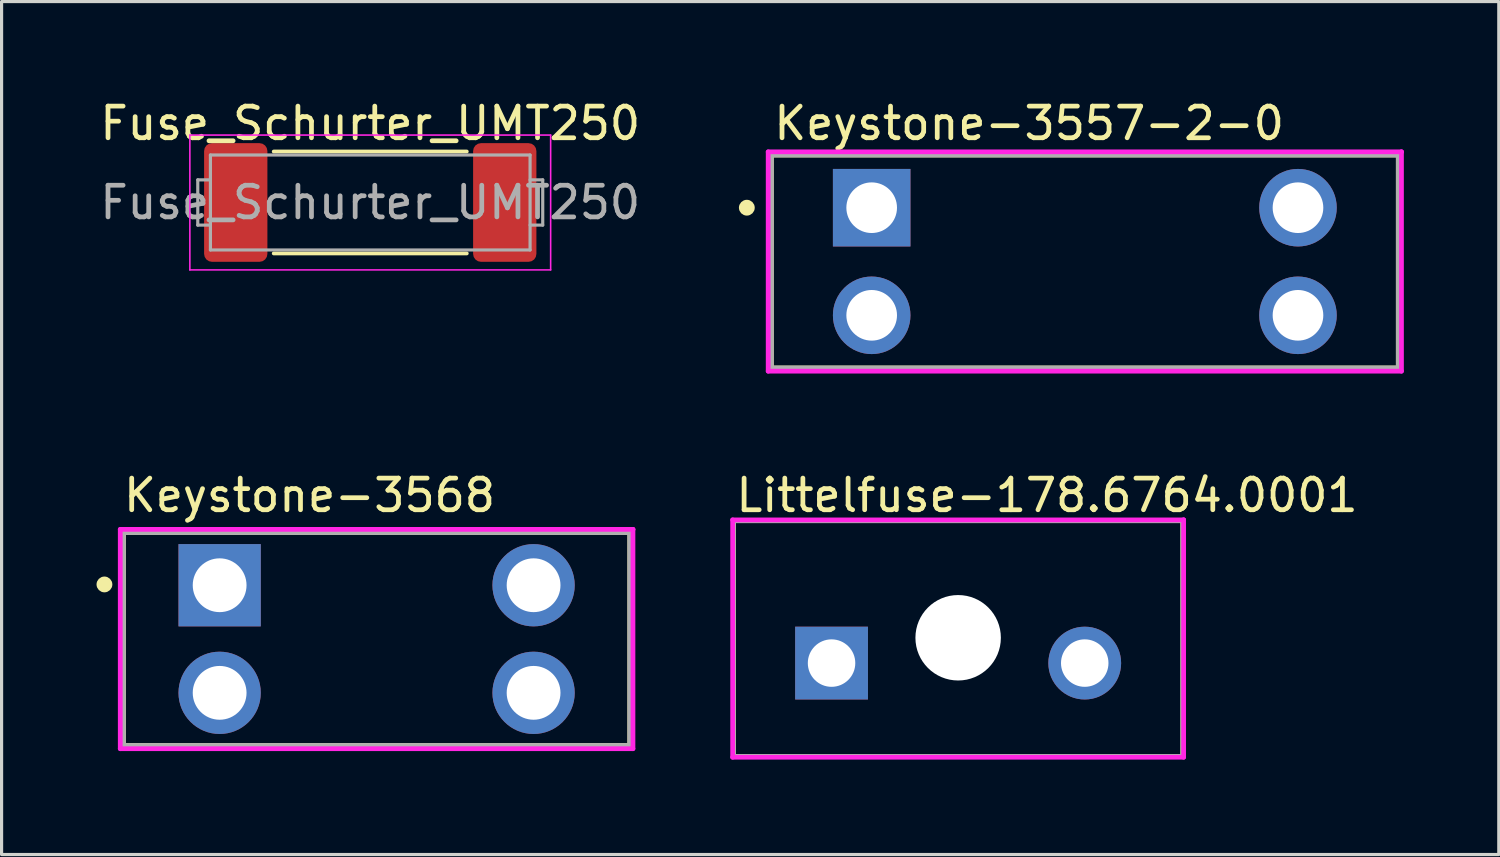
<source format=kicad_pcb>
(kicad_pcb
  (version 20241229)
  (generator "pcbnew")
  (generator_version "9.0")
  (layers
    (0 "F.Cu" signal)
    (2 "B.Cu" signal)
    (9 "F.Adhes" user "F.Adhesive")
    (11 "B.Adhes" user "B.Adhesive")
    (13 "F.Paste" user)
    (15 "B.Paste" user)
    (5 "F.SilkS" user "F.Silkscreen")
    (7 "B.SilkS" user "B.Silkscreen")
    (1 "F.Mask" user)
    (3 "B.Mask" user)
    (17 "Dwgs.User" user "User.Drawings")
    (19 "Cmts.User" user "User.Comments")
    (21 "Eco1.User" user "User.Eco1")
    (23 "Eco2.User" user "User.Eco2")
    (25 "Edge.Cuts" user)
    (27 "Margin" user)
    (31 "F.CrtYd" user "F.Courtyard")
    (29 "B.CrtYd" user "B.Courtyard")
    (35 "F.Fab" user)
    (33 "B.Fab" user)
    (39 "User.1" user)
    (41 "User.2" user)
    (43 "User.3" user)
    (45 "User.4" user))
  (footprint "Keystone-3557-2-0"
    (layer "F.Cu")
    (at 31.228 5.213)
    (property "Reference" "Keystone-3557-2-0" (at -9.905 -4.365 0) (layer "F.SilkS") (effects (font (size 1 1) (thickness 0.15)) (justify left)))
    (attr through_hole)
    (fp_line (start -9.905 -3.365) (end 9.905 -3.365) (stroke (width 0.15) (type solid)) (layer "F.SilkS"))
    (fp_line (start -9.905 3.365) (end -9.905 -3.365) (stroke (width 0.15) (type solid)) (layer "F.SilkS"))
    (fp_line (start -9.905 3.365) (end 9.905 3.365) (stroke (width 0.15) (type solid)) (layer "F.SilkS"))
    (fp_line (start 9.905 3.365) (end 9.905 -3.365) (stroke (width 0.15) (type solid)) (layer "F.SilkS"))
    (fp_circle (center -10.68 -1.7) (end -10.555 -1.7) (stroke (width 0.25) (type solid)) (fill no) (layer "F.SilkS"))
    (fp_line (start -10.005 -3.465) (end -10.005 3.465) (stroke (width 0.15) (type solid)) (layer "F.CrtYd"))
    (fp_line (start -10.005 3.465) (end 10.005 3.465) (stroke (width 0.15) (type solid)) (layer "F.CrtYd"))
    (fp_line (start 10.005 -3.465) (end -10.005 -3.465) (stroke (width 0.15) (type solid)) (layer "F.CrtYd"))
    (fp_line (start 10.005 -3.465) (end 10.005 -3.465) (stroke (width 0.15) (type solid)) (layer "F.CrtYd"))
    (fp_line (start 10.005 3.465) (end 10.005 -3.465) (stroke (width 0.15) (type solid)) (layer "F.CrtYd"))
    (fp_line (start -9.905 -3.365) (end 9.905 -3.365) (stroke (width 0.15) (type solid)) (layer "F.Fab"))
    (fp_line (start -9.905 3.365) (end -9.905 -3.365) (stroke (width 0.15) (type solid)) (layer "F.Fab"))
    (fp_line (start 9.905 -3.365) (end 9.905 3.365) (stroke (width 0.15) (type solid)) (layer "F.Fab"))
    (fp_line (start 9.905 3.365) (end -9.905 3.365) (stroke (width 0.15) (type solid)) (layer "F.Fab"))
    (pad "1" thru_hole rect (at -6.735 -1.7) (size 2.45 2.45) (drill 1.6) (layers "*.Cu" "*.Mask"))
    (pad "1" thru_hole circle (at -6.735 1.7) (size 2.45 2.45) (drill 1.6) (layers "*.Cu" "*.Mask"))
    (pad "2" thru_hole circle (at 6.735 -1.7) (size 2.45 2.45) (drill 1.6) (layers "*.Cu" "*.Mask"))
    (pad "2" thru_hole circle (at 6.735 1.7) (size 2.45 2.45) (drill 1.6) (layers "*.Cu" "*.Mask")))
  (footprint "Fuse_Schurter_UMT250"
    (layer "F.Cu")
    (at 8.649 3.348)
    (property "Reference" "Fuse_Schurter_UMT250" (at 0 -2.5 0) (layer "F.SilkS") (effects (font (size 1 1) (thickness 0.15))))
    (attr smd)
    (fp_line (start -3.05 -1.61) (end 3.05 -1.61) (stroke (width 0.12) (type solid)) (layer "F.SilkS"))
    (fp_line (start -3.05 1.61) (end 3.05 1.61) (stroke (width 0.12) (type solid)) (layer "F.SilkS"))
    (fp_line (start -5.7 -2.13) (end 5.7 -2.13) (stroke (width 0.05) (type solid)) (layer "F.CrtYd"))
    (fp_line (start -5.7 2.13) (end -5.7 -2.13) (stroke (width 0.05) (type solid)) (layer "F.CrtYd"))
    (fp_line (start 5.7 -2.13) (end 5.7 2.13) (stroke (width 0.05) (type solid)) (layer "F.CrtYd"))
    (fp_line (start 5.7 2.13) (end -5.7 2.13) (stroke (width 0.05) (type solid)) (layer "F.CrtYd"))
    (fp_line (start -5.45 0.715) (end -5.45 -0.715) (stroke (width 0.1) (type solid)) (layer "F.Fab"))
    (fp_line (start -5.05 -1.5) (end 5.05 -1.5) (stroke (width 0.1) (type solid)) (layer "F.Fab"))
    (fp_line (start -5.05 -0.715) (end -5.45 -0.715) (stroke (width 0.1) (type solid)) (layer "F.Fab"))
    (fp_line (start -5.05 0.715) (end -5.45 0.715) (stroke (width 0.1) (type solid)) (layer "F.Fab"))
    (fp_line (start -5.05 1.5) (end -5.05 -1.5) (stroke (width 0.1) (type solid)) (layer "F.Fab"))
    (fp_line (start 5.05 -1.5) (end 5.05 1.5) (stroke (width 0.1) (type solid)) (layer "F.Fab"))
    (fp_line (start 5.05 -0.715) (end 5.45 -0.715) (stroke (width 0.1) (type solid)) (layer "F.Fab"))
    (fp_line (start 5.05 0.715) (end 5.45 0.715) (stroke (width 0.1) (type solid)) (layer "F.Fab"))
    (fp_line (start 5.05 1.5) (end -5.05 1.5) (stroke (width 0.1) (type solid)) (layer "F.Fab"))
    (fp_line (start 5.45 -0.715) (end 5.45 0.715) (stroke (width 0.1) (type solid)) (layer "F.Fab"))
    (fp_text user "${REFERENCE}" (at 0 0 0) (layer "F.Fab") (effects (font (size 1 1) (thickness 0.15))))
    (pad "1" smd roundrect (at -4.25 0) (size 2 3.75) (layers "F.Cu" "F.Mask" "F.Paste") (roundrect_rratio 0.125))
    (pad "2" smd roundrect (at 4.25 0) (size 2 3.75) (layers "F.Cu" "F.Mask" "F.Paste") (roundrect_rratio 0.125)))
  (footprint "Littelfuse-178.6764.0001"
    (layer "F.Cu")
    (at 27.225 17.102)
    (property "Reference" "Littelfuse-178.6764.0001" (at -7.1 -4.5 0) (layer "F.SilkS") (effects (font (size 1 1) (thickness 0.15)) (justify left)))
    (attr through_hole)
    (fp_line (start -7.1 -3.7) (end 7.1 -3.7) (stroke (width 0.15) (type solid)) (layer "F.SilkS"))
    (fp_line (start -7.1 3.75) (end -7.1 -3.7) (stroke (width 0.15) (type solid)) (layer "F.SilkS"))
    (fp_line (start -7.1 3.75) (end 7.1 3.75) (stroke (width 0.15) (type solid)) (layer "F.SilkS"))
    (fp_line (start 7.1 3.75) (end 7.1 -3.7) (stroke (width 0.15) (type solid)) (layer "F.SilkS"))
    (fp_line (start -7.125 -3.725) (end -7.125 3.775) (stroke (width 0.15) (type solid)) (layer "F.CrtYd"))
    (fp_line (start -7.125 3.775) (end 7.125 3.775) (stroke (width 0.15) (type solid)) (layer "F.CrtYd"))
    (fp_line (start 7.125 -3.725) (end -7.125 -3.725) (stroke (width 0.15) (type solid)) (layer "F.CrtYd"))
    (fp_line (start 7.125 -3.725) (end 7.125 -3.725) (stroke (width 0.15) (type solid)) (layer "F.CrtYd"))
    (fp_line (start 7.125 3.775) (end 7.125 -3.725) (stroke (width 0.15) (type solid)) (layer "F.CrtYd"))
    (fp_line (start -7.1 -3.7) (end 7.1 -3.7) (stroke (width 0.15) (type solid)) (layer "F.Fab"))
    (fp_line (start -7.1 3.75) (end -7.1 -3.7) (stroke (width 0.15) (type solid)) (layer "F.Fab"))
    (fp_line (start 7.1 -3.7) (end 7.1 3.75) (stroke (width 0.15) (type solid)) (layer "F.Fab"))
    (fp_line (start 7.1 3.75) (end -7.1 3.75) (stroke (width 0.15) (type solid)) (layer "F.Fab"))
    (pad "" np_thru_hole circle (at 0 0) (size 2.7 2.7) (drill 2.7) (layers "*.Cu" "*.Mask"))
    (pad "1" thru_hole rect (at -4 0.8) (size 2.3 2.3) (drill 1.5) (layers "*.Cu" "*.Mask"))
    (pad "2" thru_hole circle (at 4 0.8) (size 2.3 2.3) (drill 1.5) (layers "*.Cu" "*.Mask")))
  (footprint "Keystone-3568"
    (layer "F.Cu")
    (at 8.85 17.142)
    (property "Reference" "Keystone-3568" (at -8.075 -4.54 0) (layer "F.SilkS") (effects (font (size 1 1) (thickness 0.15)) (justify left)))
    (attr through_hole)
    (fp_line (start -8 -3.365) (end 8 -3.365) (stroke (width 0.15) (type solid)) (layer "F.SilkS"))
    (fp_line (start -8 3.365) (end -8 -3.365) (stroke (width 0.15) (type solid)) (layer "F.SilkS"))
    (fp_line (start 8 -3.365) (end 8 3.365) (stroke (width 0.15) (type solid)) (layer "F.SilkS"))
    (fp_line (start 8 3.365) (end -8 3.365) (stroke (width 0.15) (type solid)) (layer "F.SilkS"))
    (fp_circle (center -8.6 -1.725) (end -8.475 -1.725) (stroke (width 0.25) (type solid)) (fill no) (layer "F.SilkS"))
    (fp_line (start -8.1 -3.465) (end -8.1 3.465) (stroke (width 0.15) (type solid)) (layer "F.CrtYd"))
    (fp_line (start -8.1 3.465) (end 8.1 3.465) (stroke (width 0.15) (type solid)) (layer "F.CrtYd"))
    (fp_line (start 8.1 -3.465) (end -8.1 -3.465) (stroke (width 0.15) (type solid)) (layer "F.CrtYd"))
    (fp_line (start 8.1 -3.465) (end 8.1 -3.465) (stroke (width 0.15) (type solid)) (layer "F.CrtYd"))
    (fp_line (start 8.1 3.465) (end 8.1 -3.465) (stroke (width 0.15) (type solid)) (layer "F.CrtYd"))
    (fp_line (start -8 -3.365) (end 8 -3.365) (stroke (width 0.15) (type solid)) (layer "F.Fab"))
    (fp_line (start -8 3.365) (end -8 -3.365) (stroke (width 0.15) (type solid)) (layer "F.Fab"))
    (fp_line (start 8 -3.365) (end 8 3.365) (stroke (width 0.15) (type solid)) (layer "F.Fab"))
    (fp_line (start 8 3.365) (end -8 3.365) (stroke (width 0.15) (type solid)) (layer "F.Fab"))
    (pad "1" thru_hole rect (at -4.96 -1.7) (size 2.6 2.6) (drill 1.7) (layers "*.Cu" "*.Mask"))
    (pad "1" thru_hole circle (at -4.96 1.7) (size 2.6 2.6) (drill 1.7) (layers "*.Cu" "*.Mask"))
    (pad "2" thru_hole circle (at 4.96 -1.7) (size 2.6 2.6) (drill 1.7) (layers "*.Cu" "*.Mask"))
    (pad "2" thru_hole circle (at 4.96 1.7) (size 2.6 2.6) (drill 1.7) (layers "*.Cu" "*.Mask")))
  (gr_rect
    (start -3 -3)
    (end 44.308 23.951)
    (stroke (width 0.1) (type default))
    (fill no)
    (layer "Edge.Cuts")))
</source>
